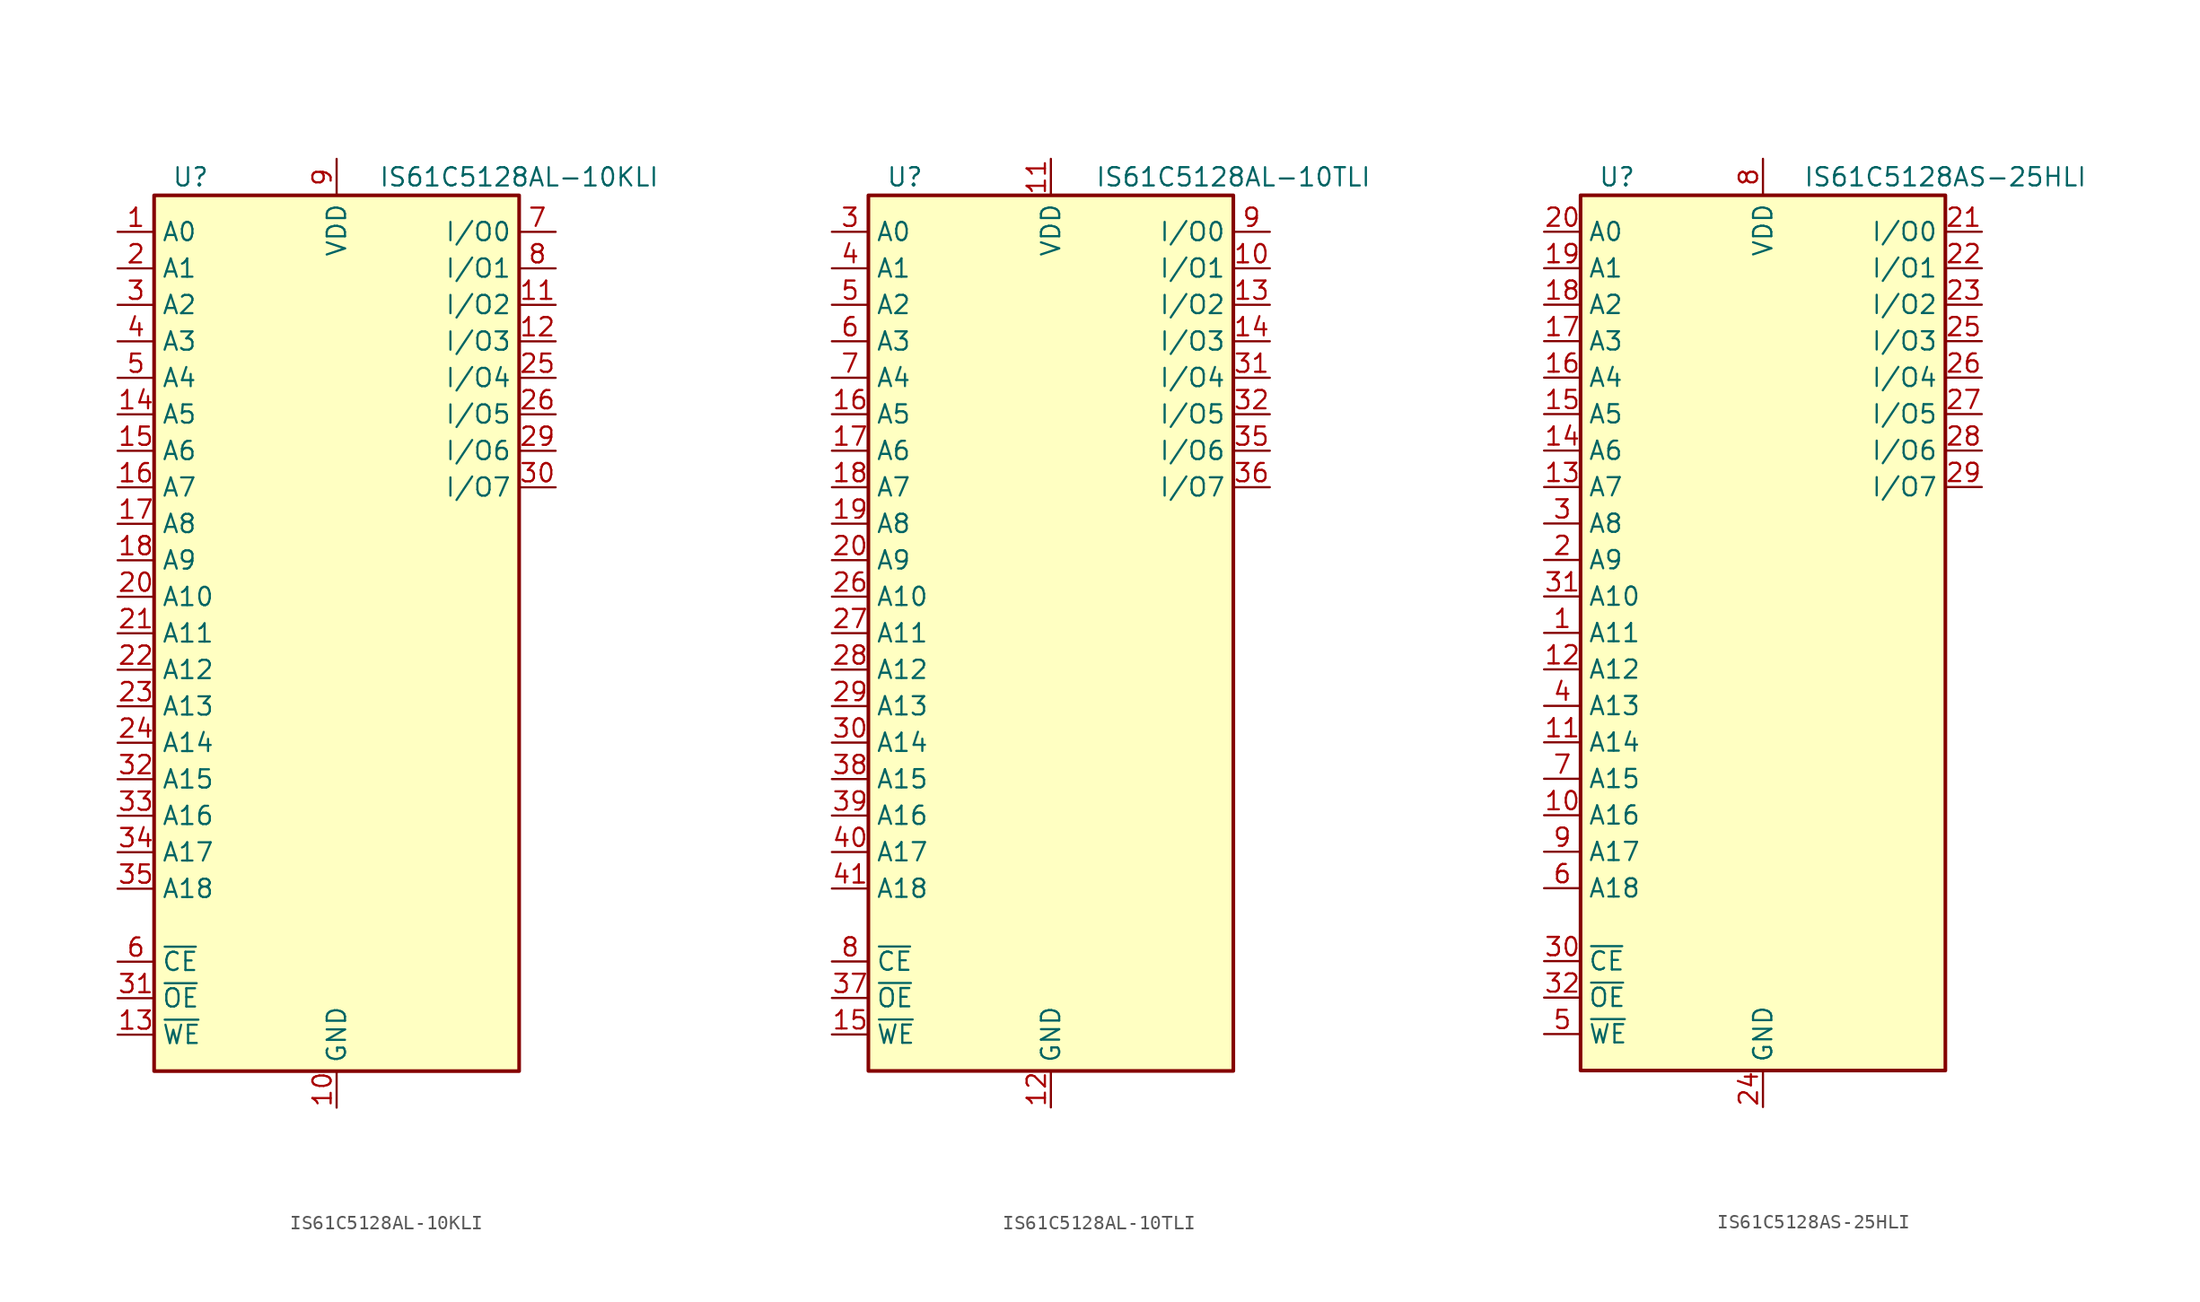
<source format=kicad_sym>
(kicad_symbol_lib
  (version 20220914)
  (generator kicad_symbol_editor)
  (symbol "IS61C5128AL-10KLI"
    (property "Reference" "U"
      (at -10.16 31.75 0)
      (effects (font (size 1.27 1.27))))
    (property "Value" "IS61C5128AL-10KLI"
      (at 12.7 31.75 0)
      (effects (font (size 1.27 1.27))))
    (symbol "IS61C5128AL-10KLI_0_1"
      (rectangle (start -12.7 30.48) (end 12.7 -30.48) (stroke (width 0.254) (type solid)) (fill (type background))))
    (symbol "IS61C5128AL-10KLI_1_1"
      (pin input line (at -15.24 27.94 0) (length 2.54) (name "A0" (effects (font (size 1.27 1.27)))) (number "1" (effects (font (size 1.27 1.27)))))
      (pin power_in line (at 0 -33.02 90) (length 2.54) (name "GND" (effects (font (size 1.27 1.27)))) (number "10" (effects (font (size 1.27 1.27)))))
      (pin bidirectional line (at 15.24 22.86 180) (length 2.54) (name "I/O2" (effects (font (size 1.27 1.27)))) (number "11" (effects (font (size 1.27 1.27)))))
      (pin bidirectional line (at 15.24 20.32 180) (length 2.54) (name "I/O3" (effects (font (size 1.27 1.27)))) (number "12" (effects (font (size 1.27 1.27)))))
      (pin input line (at -15.24 -27.94 0) (length 2.54) (name "~{WE}" (effects (font (size 1.27 1.27)))) (number "13" (effects (font (size 1.27 1.27)))))
      (pin input line (at -15.24 15.24 0) (length 2.54) (name "A5" (effects (font (size 1.27 1.27)))) (number "14" (effects (font (size 1.27 1.27)))))
      (pin input line (at -15.24 12.7 0) (length 2.54) (name "A6" (effects (font (size 1.27 1.27)))) (number "15" (effects (font (size 1.27 1.27)))))
      (pin input line (at -15.24 10.16 0) (length 2.54) (name "A7" (effects (font (size 1.27 1.27)))) (number "16" (effects (font (size 1.27 1.27)))))
      (pin input line (at -15.24 7.62 0) (length 2.54) (name "A8" (effects (font (size 1.27 1.27)))) (number "17" (effects (font (size 1.27 1.27)))))
      (pin input line (at -15.24 5.08 0) (length 2.54) (name "A9" (effects (font (size 1.27 1.27)))) (number "18" (effects (font (size 1.27 1.27)))))
      (pin no_connect line (at 12.7 -27.94 180) (length 2.54) hide (name "NC" (effects (font (size 1.27 1.27)))) (number "19" (effects (font (size 1.27 1.27)))))
      (pin input line (at -15.24 25.4 0) (length 2.54) (name "A1" (effects (font (size 1.27 1.27)))) (number "2" (effects (font (size 1.27 1.27)))))
      (pin input line (at -15.24 2.54 0) (length 2.54) (name "A10" (effects (font (size 1.27 1.27)))) (number "20" (effects (font (size 1.27 1.27)))))
      (pin input line (at -15.24 0 0) (length 2.54) (name "A11" (effects (font (size 1.27 1.27)))) (number "21" (effects (font (size 1.27 1.27)))))
      (pin input line (at -15.24 -2.54 0) (length 2.54) (name "A12" (effects (font (size 1.27 1.27)))) (number "22" (effects (font (size 1.27 1.27)))))
      (pin input line (at -15.24 -5.08 0) (length 2.54) (name "A13" (effects (font (size 1.27 1.27)))) (number "23" (effects (font (size 1.27 1.27)))))
      (pin input line (at -15.24 -7.62 0) (length 2.54) (name "A14" (effects (font (size 1.27 1.27)))) (number "24" (effects (font (size 1.27 1.27)))))
      (pin bidirectional line (at 15.24 17.78 180) (length 2.54) (name "I/O4" (effects (font (size 1.27 1.27)))) (number "25" (effects (font (size 1.27 1.27)))))
      (pin bidirectional line (at 15.24 15.24 180) (length 2.54) (name "I/O5" (effects (font (size 1.27 1.27)))) (number "26" (effects (font (size 1.27 1.27)))))
      (pin passive line (at 0 33.02 270) (length 2.54) hide (name "VDD" (effects (font (size 1.27 1.27)))) (number "27" (effects (font (size 1.27 1.27)))))
      (pin passive line (at 0 -33.02 90) (length 2.54) hide (name "GND" (effects (font (size 1.27 1.27)))) (number "28" (effects (font (size 1.27 1.27)))))
      (pin bidirectional line (at 15.24 12.7 180) (length 2.54) (name "I/O6" (effects (font (size 1.27 1.27)))) (number "29" (effects (font (size 1.27 1.27)))))
      (pin input line (at -15.24 22.86 0) (length 2.54) (name "A2" (effects (font (size 1.27 1.27)))) (number "3" (effects (font (size 1.27 1.27)))))
      (pin bidirectional line (at 15.24 10.16 180) (length 2.54) (name "I/O7" (effects (font (size 1.27 1.27)))) (number "30" (effects (font (size 1.27 1.27)))))
      (pin input line (at -15.24 -25.4 0) (length 2.54) (name "~{OE}" (effects (font (size 1.27 1.27)))) (number "31" (effects (font (size 1.27 1.27)))))
      (pin input line (at -15.24 -10.16 0) (length 2.54) (name "A15" (effects (font (size 1.27 1.27)))) (number "32" (effects (font (size 1.27 1.27)))))
      (pin input line (at -15.24 -12.7 0) (length 2.54) (name "A16" (effects (font (size 1.27 1.27)))) (number "33" (effects (font (size 1.27 1.27)))))
      (pin input line (at -15.24 -15.24 0) (length 2.54) (name "A17" (effects (font (size 1.27 1.27)))) (number "34" (effects (font (size 1.27 1.27)))))
      (pin input line (at -15.24 -17.78 0) (length 2.54) (name "A18" (effects (font (size 1.27 1.27)))) (number "35" (effects (font (size 1.27 1.27)))))
      (pin no_connect line (at 12.7 -25.4 180) (length 2.54) hide (name "NC" (effects (font (size 1.27 1.27)))) (number "36" (effects (font (size 1.27 1.27)))))
      (pin input line (at -15.24 20.32 0) (length 2.54) (name "A3" (effects (font (size 1.27 1.27)))) (number "4" (effects (font (size 1.27 1.27)))))
      (pin input line (at -15.24 17.78 0) (length 2.54) (name "A4" (effects (font (size 1.27 1.27)))) (number "5" (effects (font (size 1.27 1.27)))))
      (pin input line (at -15.24 -22.86 0) (length 2.54) (name "~{CE}" (effects (font (size 1.27 1.27)))) (number "6" (effects (font (size 1.27 1.27)))))
      (pin bidirectional line (at 15.24 27.94 180) (length 2.54) (name "I/O0" (effects (font (size 1.27 1.27)))) (number "7" (effects (font (size 1.27 1.27)))))
      (pin bidirectional line (at 15.24 25.4 180) (length 2.54) (name "I/O1" (effects (font (size 1.27 1.27)))) (number "8" (effects (font (size 1.27 1.27)))))
      (pin power_in line (at 0 33.02 270) (length 2.54) (name "VDD" (effects (font (size 1.27 1.27)))) (number "9" (effects (font (size 1.27 1.27)))))))
  (symbol "IS61C5128AL-10TLI"
    (property "Reference" "U"
      (at -10.16 31.75 0)
      (effects (font (size 1.27 1.27))))
    (property "Value" "IS61C5128AL-10TLI"
      (at 12.7 31.75 0)
      (effects (font (size 1.27 1.27))))
    (symbol "IS61C5128AL-10TLI_0_1"
      (rectangle (start -12.7 30.48) (end 12.7 -30.48) (stroke (width 0.254) (type solid)) (fill (type background))))
    (symbol "IS61C5128AL-10TLI_1_1"
      (pin no_connect line (at 12.7 -27.94 180) (length 2.54) hide (name "NC" (effects (font (size 1.27 1.27)))) (number "1" (effects (font (size 1.27 1.27)))))
      (pin bidirectional line (at 15.24 25.4 180) (length 2.54) (name "I/O1" (effects (font (size 1.27 1.27)))) (number "10" (effects (font (size 1.27 1.27)))))
      (pin power_in line (at 0 33.02 270) (length 2.54) (name "VDD" (effects (font (size 1.27 1.27)))) (number "11" (effects (font (size 1.27 1.27)))))
      (pin power_in line (at 0 -33.02 90) (length 2.54) (name "GND" (effects (font (size 1.27 1.27)))) (number "12" (effects (font (size 1.27 1.27)))))
      (pin bidirectional line (at 15.24 22.86 180) (length 2.54) (name "I/O2" (effects (font (size 1.27 1.27)))) (number "13" (effects (font (size 1.27 1.27)))))
      (pin bidirectional line (at 15.24 20.32 180) (length 2.54) (name "I/O3" (effects (font (size 1.27 1.27)))) (number "14" (effects (font (size 1.27 1.27)))))
      (pin input line (at -15.24 -27.94 0) (length 2.54) (name "~{WE}" (effects (font (size 1.27 1.27)))) (number "15" (effects (font (size 1.27 1.27)))))
      (pin input line (at -15.24 15.24 0) (length 2.54) (name "A5" (effects (font (size 1.27 1.27)))) (number "16" (effects (font (size 1.27 1.27)))))
      (pin input line (at -15.24 12.7 0) (length 2.54) (name "A6" (effects (font (size 1.27 1.27)))) (number "17" (effects (font (size 1.27 1.27)))))
      (pin input line (at -15.24 10.16 0) (length 2.54) (name "A7" (effects (font (size 1.27 1.27)))) (number "18" (effects (font (size 1.27 1.27)))))
      (pin input line (at -15.24 7.62 0) (length 2.54) (name "A8" (effects (font (size 1.27 1.27)))) (number "19" (effects (font (size 1.27 1.27)))))
      (pin no_connect line (at 12.7 -25.4 180) (length 2.54) hide (name "NC" (effects (font (size 1.27 1.27)))) (number "2" (effects (font (size 1.27 1.27)))))
      (pin input line (at -15.24 5.08 0) (length 2.54) (name "A9" (effects (font (size 1.27 1.27)))) (number "20" (effects (font (size 1.27 1.27)))))
      (pin no_connect line (at 12.7 -22.86 180) (length 2.54) hide (name "NC" (effects (font (size 1.27 1.27)))) (number "21" (effects (font (size 1.27 1.27)))))
      (pin no_connect line (at 12.7 -20.32 180) (length 2.54) hide (name "NC" (effects (font (size 1.27 1.27)))) (number "22" (effects (font (size 1.27 1.27)))))
      (pin no_connect line (at 12.7 -17.78 180) (length 2.54) hide (name "NC" (effects (font (size 1.27 1.27)))) (number "23" (effects (font (size 1.27 1.27)))))
      (pin no_connect line (at 12.7 -15.24 180) (length 2.54) hide (name "NC" (effects (font (size 1.27 1.27)))) (number "24" (effects (font (size 1.27 1.27)))))
      (pin no_connect line (at 12.7 -12.7 180) (length 2.54) hide (name "NC" (effects (font (size 1.27 1.27)))) (number "25" (effects (font (size 1.27 1.27)))))
      (pin input line (at -15.24 2.54 0) (length 2.54) (name "A10" (effects (font (size 1.27 1.27)))) (number "26" (effects (font (size 1.27 1.27)))))
      (pin input line (at -15.24 0 0) (length 2.54) (name "A11" (effects (font (size 1.27 1.27)))) (number "27" (effects (font (size 1.27 1.27)))))
      (pin input line (at -15.24 -2.54 0) (length 2.54) (name "A12" (effects (font (size 1.27 1.27)))) (number "28" (effects (font (size 1.27 1.27)))))
      (pin input line (at -15.24 -5.08 0) (length 2.54) (name "A13" (effects (font (size 1.27 1.27)))) (number "29" (effects (font (size 1.27 1.27)))))
      (pin input line (at -15.24 27.94 0) (length 2.54) (name "A0" (effects (font (size 1.27 1.27)))) (number "3" (effects (font (size 1.27 1.27)))))
      (pin input line (at -15.24 -7.62 0) (length 2.54) (name "A14" (effects (font (size 1.27 1.27)))) (number "30" (effects (font (size 1.27 1.27)))))
      (pin bidirectional line (at 15.24 17.78 180) (length 2.54) (name "I/O4" (effects (font (size 1.27 1.27)))) (number "31" (effects (font (size 1.27 1.27)))))
      (pin bidirectional line (at 15.24 15.24 180) (length 2.54) (name "I/O5" (effects (font (size 1.27 1.27)))) (number "32" (effects (font (size 1.27 1.27)))))
      (pin passive line (at 0 33.02 270) (length 2.54) hide (name "VDD" (effects (font (size 1.27 1.27)))) (number "33" (effects (font (size 1.27 1.27)))))
      (pin passive line (at 0 -33.02 90) (length 2.54) hide (name "GND" (effects (font (size 1.27 1.27)))) (number "34" (effects (font (size 1.27 1.27)))))
      (pin bidirectional line (at 15.24 12.7 180) (length 2.54) (name "I/O6" (effects (font (size 1.27 1.27)))) (number "35" (effects (font (size 1.27 1.27)))))
      (pin bidirectional line (at 15.24 10.16 180) (length 2.54) (name "I/O7" (effects (font (size 1.27 1.27)))) (number "36" (effects (font (size 1.27 1.27)))))
      (pin input line (at -15.24 -25.4 0) (length 2.54) (name "~{OE}" (effects (font (size 1.27 1.27)))) (number "37" (effects (font (size 1.27 1.27)))))
      (pin input line (at -15.24 -10.16 0) (length 2.54) (name "A15" (effects (font (size 1.27 1.27)))) (number "38" (effects (font (size 1.27 1.27)))))
      (pin input line (at -15.24 -12.7 0) (length 2.54) (name "A16" (effects (font (size 1.27 1.27)))) (number "39" (effects (font (size 1.27 1.27)))))
      (pin input line (at -15.24 25.4 0) (length 2.54) (name "A1" (effects (font (size 1.27 1.27)))) (number "4" (effects (font (size 1.27 1.27)))))
      (pin input line (at -15.24 -15.24 0) (length 2.54) (name "A17" (effects (font (size 1.27 1.27)))) (number "40" (effects (font (size 1.27 1.27)))))
      (pin input line (at -15.24 -17.78 0) (length 2.54) (name "A18" (effects (font (size 1.27 1.27)))) (number "41" (effects (font (size 1.27 1.27)))))
      (pin no_connect line (at 12.7 -10.16 180) (length 2.54) hide (name "NC" (effects (font (size 1.27 1.27)))) (number "42" (effects (font (size 1.27 1.27)))))
      (pin no_connect line (at 12.7 -7.62 180) (length 2.54) hide (name "NC" (effects (font (size 1.27 1.27)))) (number "43" (effects (font (size 1.27 1.27)))))
      (pin no_connect line (at 12.7 -5.08 180) (length 2.54) hide (name "NC" (effects (font (size 1.27 1.27)))) (number "44" (effects (font (size 1.27 1.27)))))
      (pin input line (at -15.24 22.86 0) (length 2.54) (name "A2" (effects (font (size 1.27 1.27)))) (number "5" (effects (font (size 1.27 1.27)))))
      (pin input line (at -15.24 20.32 0) (length 2.54) (name "A3" (effects (font (size 1.27 1.27)))) (number "6" (effects (font (size 1.27 1.27)))))
      (pin input line (at -15.24 17.78 0) (length 2.54) (name "A4" (effects (font (size 1.27 1.27)))) (number "7" (effects (font (size 1.27 1.27)))))
      (pin input line (at -15.24 -22.86 0) (length 2.54) (name "~{CE}" (effects (font (size 1.27 1.27)))) (number "8" (effects (font (size 1.27 1.27)))))
      (pin bidirectional line (at 15.24 27.94 180) (length 2.54) (name "I/O0" (effects (font (size 1.27 1.27)))) (number "9" (effects (font (size 1.27 1.27)))))))
  (symbol "IS61C5128AS-25HLI"
    (property "Reference" "U"
      (at -10.16 31.75 0)
      (effects (font (size 1.27 1.27))))
    (property "Value" "IS61C5128AS-25HLI"
      (at 12.7 31.75 0)
      (effects (font (size 1.27 1.27))))
    (symbol "IS61C5128AS-25HLI_0_1"
      (rectangle (start -12.7 30.48) (end 12.7 -30.48) (stroke (width 0.254) (type solid)) (fill (type background))))
    (symbol "IS61C5128AS-25HLI_1_1"
      (pin input line (at -15.24 0 0) (length 2.54) (name "A11" (effects (font (size 1.27 1.27)))) (number "1" (effects (font (size 1.27 1.27)))))
      (pin input line (at -15.24 -12.7 0) (length 2.54) (name "A16" (effects (font (size 1.27 1.27)))) (number "10" (effects (font (size 1.27 1.27)))))
      (pin input line (at -15.24 -7.62 0) (length 2.54) (name "A14" (effects (font (size 1.27 1.27)))) (number "11" (effects (font (size 1.27 1.27)))))
      (pin input line (at -15.24 -2.54 0) (length 2.54) (name "A12" (effects (font (size 1.27 1.27)))) (number "12" (effects (font (size 1.27 1.27)))))
      (pin input line (at -15.24 10.16 0) (length 2.54) (name "A7" (effects (font (size 1.27 1.27)))) (number "13" (effects (font (size 1.27 1.27)))))
      (pin input line (at -15.24 12.7 0) (length 2.54) (name "A6" (effects (font (size 1.27 1.27)))) (number "14" (effects (font (size 1.27 1.27)))))
      (pin input line (at -15.24 15.24 0) (length 2.54) (name "A5" (effects (font (size 1.27 1.27)))) (number "15" (effects (font (size 1.27 1.27)))))
      (pin input line (at -15.24 17.78 0) (length 2.54) (name "A4" (effects (font (size 1.27 1.27)))) (number "16" (effects (font (size 1.27 1.27)))))
      (pin input line (at -15.24 20.32 0) (length 2.54) (name "A3" (effects (font (size 1.27 1.27)))) (number "17" (effects (font (size 1.27 1.27)))))
      (pin input line (at -15.24 22.86 0) (length 2.54) (name "A2" (effects (font (size 1.27 1.27)))) (number "18" (effects (font (size 1.27 1.27)))))
      (pin input line (at -15.24 25.4 0) (length 2.54) (name "A1" (effects (font (size 1.27 1.27)))) (number "19" (effects (font (size 1.27 1.27)))))
      (pin input line (at -15.24 5.08 0) (length 2.54) (name "A9" (effects (font (size 1.27 1.27)))) (number "2" (effects (font (size 1.27 1.27)))))
      (pin input line (at -15.24 27.94 0) (length 2.54) (name "A0" (effects (font (size 1.27 1.27)))) (number "20" (effects (font (size 1.27 1.27)))))
      (pin bidirectional line (at 15.24 27.94 180) (length 2.54) (name "I/O0" (effects (font (size 1.27 1.27)))) (number "21" (effects (font (size 1.27 1.27)))))
      (pin bidirectional line (at 15.24 25.4 180) (length 2.54) (name "I/O1" (effects (font (size 1.27 1.27)))) (number "22" (effects (font (size 1.27 1.27)))))
      (pin bidirectional line (at 15.24 22.86 180) (length 2.54) (name "I/O2" (effects (font (size 1.27 1.27)))) (number "23" (effects (font (size 1.27 1.27)))))
      (pin power_in line (at 0 -33.02 90) (length 2.54) (name "GND" (effects (font (size 1.27 1.27)))) (number "24" (effects (font (size 1.27 1.27)))))
      (pin bidirectional line (at 15.24 20.32 180) (length 2.54) (name "I/O3" (effects (font (size 1.27 1.27)))) (number "25" (effects (font (size 1.27 1.27)))))
      (pin bidirectional line (at 15.24 17.78 180) (length 2.54) (name "I/O4" (effects (font (size 1.27 1.27)))) (number "26" (effects (font (size 1.27 1.27)))))
      (pin bidirectional line (at 15.24 15.24 180) (length 2.54) (name "I/O5" (effects (font (size 1.27 1.27)))) (number "27" (effects (font (size 1.27 1.27)))))
      (pin bidirectional line (at 15.24 12.7 180) (length 2.54) (name "I/O6" (effects (font (size 1.27 1.27)))) (number "28" (effects (font (size 1.27 1.27)))))
      (pin bidirectional line (at 15.24 10.16 180) (length 2.54) (name "I/O7" (effects (font (size 1.27 1.27)))) (number "29" (effects (font (size 1.27 1.27)))))
      (pin input line (at -15.24 7.62 0) (length 2.54) (name "A8" (effects (font (size 1.27 1.27)))) (number "3" (effects (font (size 1.27 1.27)))))
      (pin input line (at -15.24 -22.86 0) (length 2.54) (name "~{CE}" (effects (font (size 1.27 1.27)))) (number "30" (effects (font (size 1.27 1.27)))))
      (pin input line (at -15.24 2.54 0) (length 2.54) (name "A10" (effects (font (size 1.27 1.27)))) (number "31" (effects (font (size 1.27 1.27)))))
      (pin input line (at -15.24 -25.4 0) (length 2.54) (name "~{OE}" (effects (font (size 1.27 1.27)))) (number "32" (effects (font (size 1.27 1.27)))))
      (pin input line (at -15.24 -5.08 0) (length 2.54) (name "A13" (effects (font (size 1.27 1.27)))) (number "4" (effects (font (size 1.27 1.27)))))
      (pin input line (at -15.24 -27.94 0) (length 2.54) (name "~{WE}" (effects (font (size 1.27 1.27)))) (number "5" (effects (font (size 1.27 1.27)))))
      (pin input line (at -15.24 -17.78 0) (length 2.54) (name "A18" (effects (font (size 1.27 1.27)))) (number "6" (effects (font (size 1.27 1.27)))))
      (pin input line (at -15.24 -10.16 0) (length 2.54) (name "A15" (effects (font (size 1.27 1.27)))) (number "7" (effects (font (size 1.27 1.27)))))
      (pin power_in line (at 0 33.02 270) (length 2.54) (name "VDD" (effects (font (size 1.27 1.27)))) (number "8" (effects (font (size 1.27 1.27)))))
      (pin input line (at -15.24 -15.24 0) (length 2.54) (name "A17" (effects (font (size 1.27 1.27)))) (number "9" (effects (font (size 1.27 1.27))))))))
</source>
